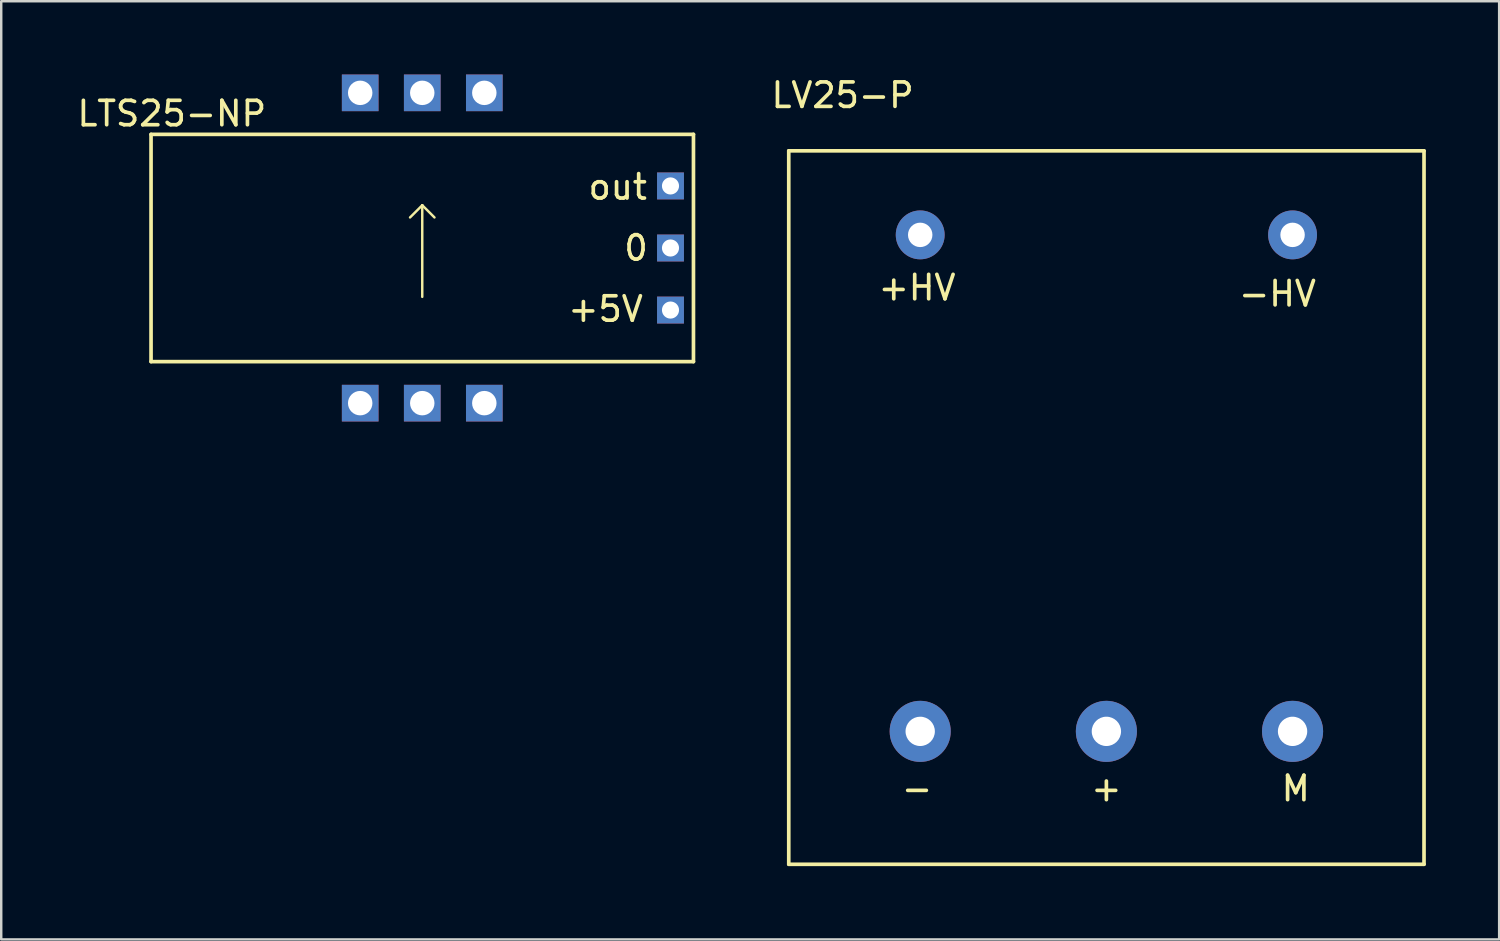
<source format=kicad_pcb>
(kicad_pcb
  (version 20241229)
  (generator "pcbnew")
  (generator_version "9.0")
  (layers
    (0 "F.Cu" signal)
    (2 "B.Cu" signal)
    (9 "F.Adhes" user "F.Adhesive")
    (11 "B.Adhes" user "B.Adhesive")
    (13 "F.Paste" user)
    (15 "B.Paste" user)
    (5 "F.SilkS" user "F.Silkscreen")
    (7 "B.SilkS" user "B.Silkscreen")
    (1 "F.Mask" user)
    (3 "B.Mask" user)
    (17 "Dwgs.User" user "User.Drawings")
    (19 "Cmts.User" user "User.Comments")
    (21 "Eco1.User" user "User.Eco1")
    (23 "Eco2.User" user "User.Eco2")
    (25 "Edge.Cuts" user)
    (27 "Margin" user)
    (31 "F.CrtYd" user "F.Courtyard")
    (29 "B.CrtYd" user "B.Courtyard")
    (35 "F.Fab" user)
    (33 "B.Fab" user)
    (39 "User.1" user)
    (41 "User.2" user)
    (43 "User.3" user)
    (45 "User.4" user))
  (footprint "LTS25-NP"
    (layer "F.Cu")
    (at 10.732 7.1)
    (property "Reference" "LTS25-NP" (at -6.75 -5.5 0) (layer "F.SilkS") (effects (font (size 1 1) (thickness 0.15))))
    (attr through_hole)
    (fp_line (start -7.6 -4.65) (end -7.6 4.65) (stroke (width 0.15) (type solid)) (layer "F.SilkS"))
    (fp_line (start -7.6 -4.65) (end 14.6 -4.65) (stroke (width 0.15) (type solid)) (layer "F.SilkS"))
    (fp_line (start -7.6 4.65) (end 14.6 4.65) (stroke (width 0.15) (type solid)) (layer "F.SilkS"))
    (fp_line (start 3.5 -1.75) (end 3 -1.25) (stroke (width 0.1) (type solid)) (layer "F.SilkS"))
    (fp_line (start 3.5 -1.75) (end 4 -1.25) (stroke (width 0.1) (type solid)) (layer "F.SilkS"))
    (fp_line (start 3.5 2) (end 3.5 -1.75) (stroke (width 0.1) (type solid)) (layer "F.SilkS"))
    (fp_line (start 14.6 -4.65) (end 14.6 4.65) (stroke (width 0.15) (type solid)) (layer "F.SilkS"))
    (fp_text user "0" (at 12.25 0 0) (layer "F.SilkS") (effects (font (size 1 1) (thickness 0.15))))
    (fp_text user "+5V" (at 11 2.5 0) (layer "F.SilkS") (effects (font (size 1 1) (thickness 0.15))))
    (fp_text user "out" (at 11.5 -2.5 0) (layer "F.SilkS") (effects (font (size 1 1) (thickness 0.15))))
    (pad "1" thru_hole rect (at 0.96 -6.35) (size 1.5 1.5) (drill 1) (layers "*.Cu" "*.Mask"))
    (pad "2" thru_hole rect (at 3.5 -6.35) (size 1.5 1.5) (drill 1) (layers "*.Cu" "*.Mask"))
    (pad "3" thru_hole rect (at 6.04 -6.35) (size 1.5 1.5) (drill 1) (layers "*.Cu" "*.Mask"))
    (pad "4" thru_hole rect (at 0.96 6.35) (size 1.5 1.5) (drill 1) (layers "*.Cu" "*.Mask"))
    (pad "5" thru_hole rect (at 3.5 6.35) (size 1.5 1.5) (drill 1) (layers "*.Cu" "*.Mask"))
    (pad "6" thru_hole rect (at 6.04 6.35) (size 1.5 1.5) (drill 1) (layers "*.Cu" "*.Mask"))
    (pad "7" thru_hole rect (at 13.66 -2.54) (size 1.1 1.1) (drill 0.7) (layers "*.Cu" "*.Mask"))
    (pad "8" thru_hole rect (at 13.66 2.54) (size 1.1 1.1) (drill 0.7) (layers "*.Cu" "*.Mask"))
    (pad "9" thru_hole rect (at 13.66 0) (size 1.1 1.1) (drill 0.7) (layers "*.Cu" "*.Mask")))
  (footprint "LV25-P"
    (layer "F.Cu")
    (at 42.232 16.723)
    (property "Reference" "LV25-P" (at -10.795 -15.875 0) (layer "F.SilkS") (effects (font (size 1 1) (thickness 0.15))))
    (attr through_hole)
    (fp_line (start -13 -13.6) (end -13 15.6) (stroke (width 0.15) (type solid)) (layer "F.SilkS"))
    (fp_line (start -13 -13.6) (end 13 -13.6) (stroke (width 0.15) (type solid)) (layer "F.SilkS"))
    (fp_line (start -13 15.6) (end 13 15.6) (stroke (width 0.15) (type solid)) (layer "F.SilkS"))
    (fp_line (start 13 -13.6) (end 13 15.6) (stroke (width 0.15) (type solid)) (layer "F.SilkS"))
    (fp_text user "M" (at 7.75 12.5 0) (layer "F.SilkS") (effects (font (size 1 1) (thickness 0.15))))
    (fp_text user "+" (at 0 12.5 0) (layer "F.SilkS") (effects (font (size 1 1) (thickness 0.15))))
    (fp_text user "+HV" (at -7.75 -8 0) (layer "F.SilkS") (effects (font (size 1 1) (thickness 0.15))))
    (fp_text user "-" (at -7.75 12.5 0) (layer "F.SilkS") (effects (font (size 1 1) (thickness 0.15))))
    (fp_text user "-HV" (at 7 -7.75 0) (layer "F.SilkS") (effects (font (size 1 1) (thickness 0.15))))
    (pad "1" thru_hole circle (at -7.62 -10.16) (size 2 2) (drill 1) (layers "*.Cu" "*.Mask"))
    (pad "2" thru_hole circle (at 7.62 -10.16) (size 2 2) (drill 1) (layers "*.Cu" "*.Mask"))
    (pad "3" thru_hole circle (at -7.62 10.16) (size 2.5 2.5) (drill 1.2) (layers "*.Cu" "*.Mask"))
    (pad "4" thru_hole circle (at 0 10.16) (size 2.5 2.5) (drill 1.2) (layers "*.Cu" "*.Mask"))
    (pad "5" thru_hole circle (at 7.62 10.16) (size 2.5 2.5) (drill 1.2) (layers "*.Cu" "*.Mask")))
  (gr_rect
    (start -3 -3)
    (end 58.307 35.398)
    (stroke (width 0.1) (type default))
    (fill no)
    (layer "Edge.Cuts")))
</source>
